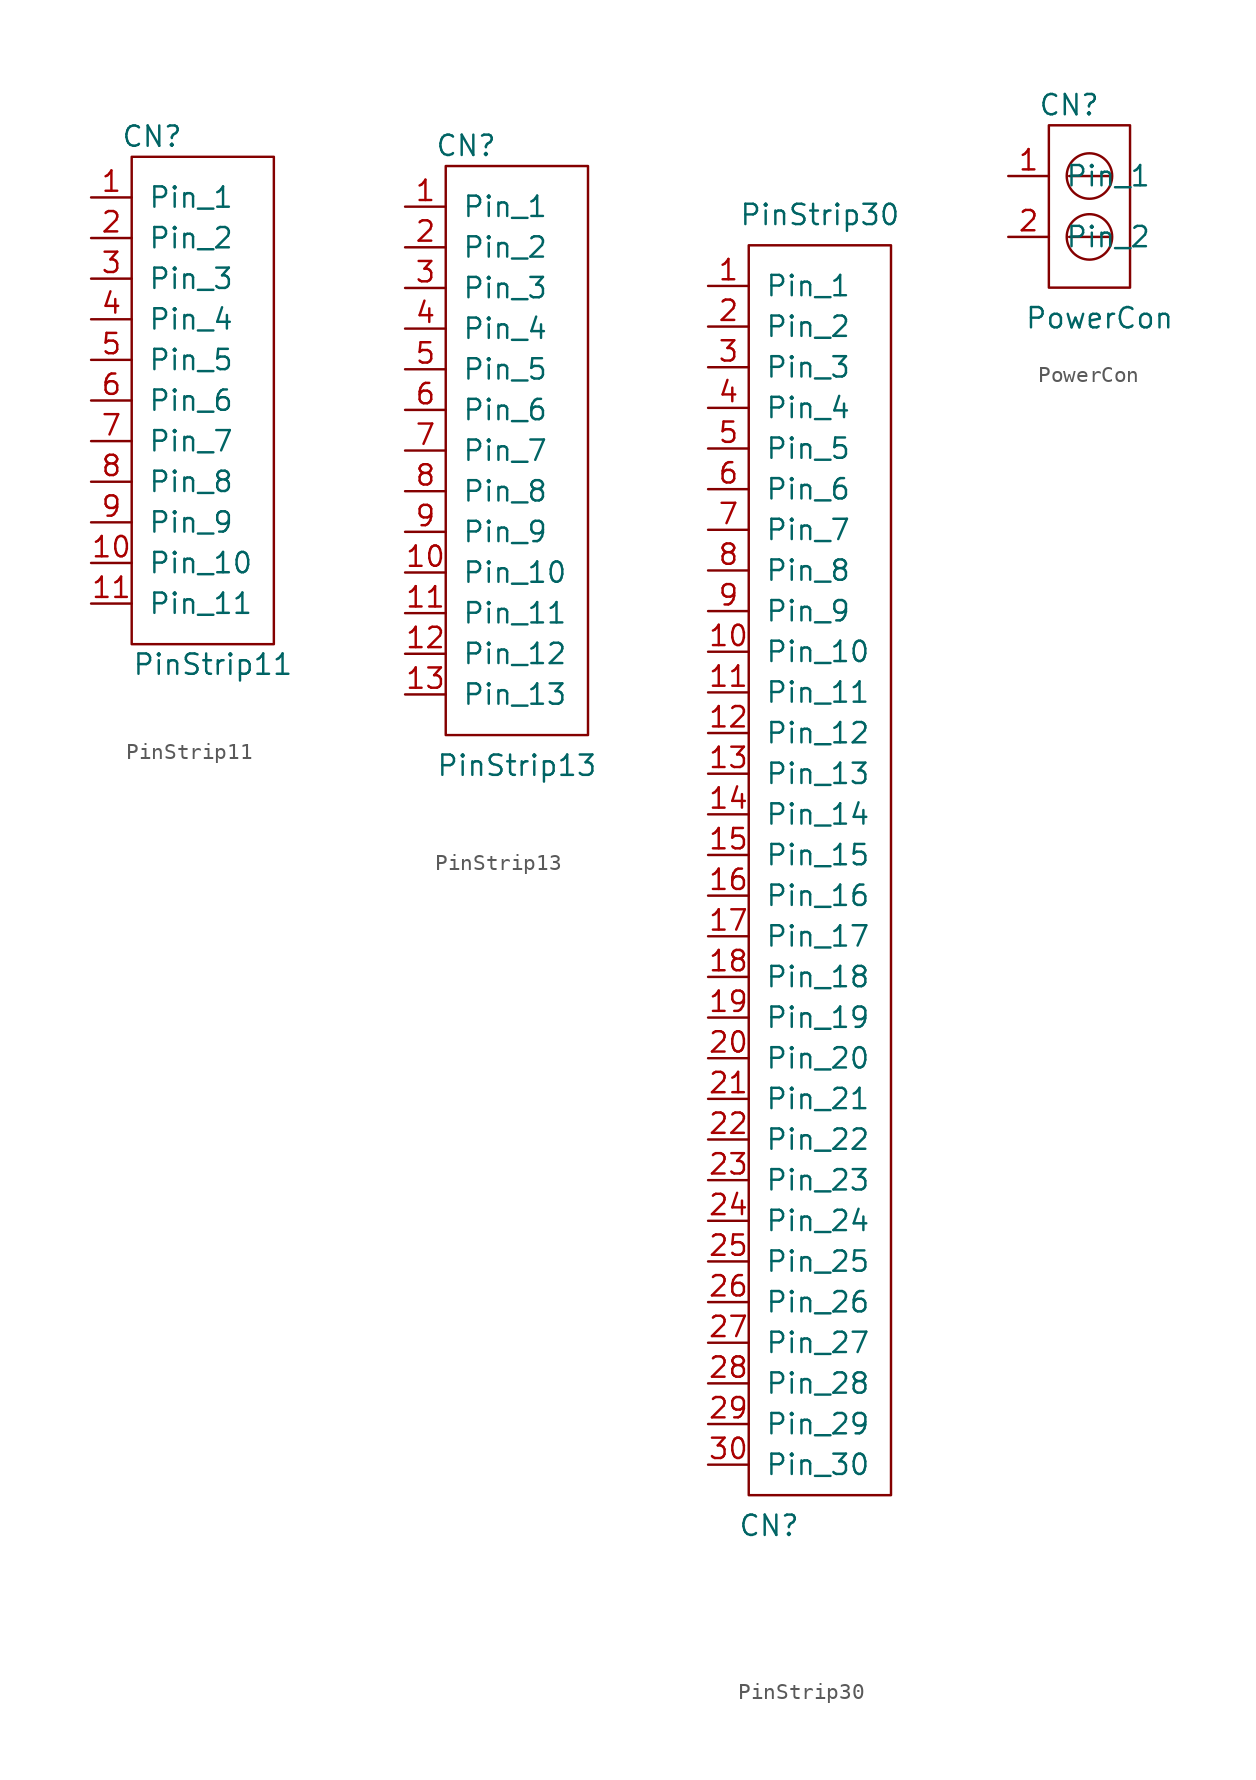
<source format=kicad_sym>
(kicad_symbol_lib
  (version 20211014)
  (generator kicad_symbol_editor)
  (symbol "PinStrip11"
    (pin_names
      (offset 1.016))
    (property "Reference" "CN"
      (at 0 16.51 0)
      (effects (font (size 1.27 1.27))))
    (property "Value" "PinStrip11"
      (at 3.81 -16.51 0)
      (effects (font (size 1.27 1.27))))
    (symbol "PinStrip11_0_1"
      (rectangle (start -1.27 15.24) (end 7.62 -15.24) (stroke (width 0) (type default) (color 0 0 0 0)) (fill (type none))))
    (symbol "PinStrip11_1_1"
      (pin bidirectional line (at -3.81 12.7 0) (length 2.54) (name "Pin_1" (effects (font (size 1.27 1.27)))) (number "1" (effects (font (size 1.27 1.27)))))
      (pin bidirectional line (at -3.81 -10.16 0) (length 2.54) (name "Pin_10" (effects (font (size 1.27 1.27)))) (number "10" (effects (font (size 1.27 1.27)))))
      (pin bidirectional line (at -3.81 -12.7 0) (length 2.54) (name "Pin_11" (effects (font (size 1.27 1.27)))) (number "11" (effects (font (size 1.27 1.27)))))
      (pin bidirectional line (at -3.81 10.16 0) (length 2.54) (name "Pin_2" (effects (font (size 1.27 1.27)))) (number "2" (effects (font (size 1.27 1.27)))))
      (pin bidirectional line (at -3.81 7.62 0) (length 2.54) (name "Pin_3" (effects (font (size 1.27 1.27)))) (number "3" (effects (font (size 1.27 1.27)))))
      (pin bidirectional line (at -3.81 5.08 0) (length 2.54) (name "Pin_4" (effects (font (size 1.27 1.27)))) (number "4" (effects (font (size 1.27 1.27)))))
      (pin bidirectional line (at -3.81 2.54 0) (length 2.54) (name "Pin_5" (effects (font (size 1.27 1.27)))) (number "5" (effects (font (size 1.27 1.27)))))
      (pin bidirectional line (at -3.81 0 0) (length 2.54) (name "Pin_6" (effects (font (size 1.27 1.27)))) (number "6" (effects (font (size 1.27 1.27)))))
      (pin bidirectional line (at -3.81 -2.54 0) (length 2.54) (name "Pin_7" (effects (font (size 1.27 1.27)))) (number "7" (effects (font (size 1.27 1.27)))))
      (pin bidirectional line (at -3.81 -5.08 0) (length 2.54) (name "Pin_8" (effects (font (size 1.27 1.27)))) (number "8" (effects (font (size 1.27 1.27)))))
      (pin bidirectional line (at -3.81 -7.62 0) (length 2.54) (name "Pin_9" (effects (font (size 1.27 1.27)))) (number "9" (effects (font (size 1.27 1.27)))))))
  (symbol "PinStrip13"
    (pin_names
      (offset 1.016))
    (property "Reference" "CN"
      (at -2.54 20.32 0)
      (effects (font (size 1.27 1.27))))
    (property "Value" "PinStrip13"
      (at 0.635 -18.415 0)
      (effects (font (size 1.27 1.27))))
    (symbol "PinStrip13_0_1"
      (rectangle (start -3.81 19.05) (end 5.08 -16.51) (stroke (width 0) (type default) (color 0 0 0 0)) (fill (type none))))
    (symbol "PinStrip13_1_1"
      (pin bidirectional line (at -6.35 16.51 0) (length 2.54) (name "Pin_1" (effects (font (size 1.27 1.27)))) (number "1" (effects (font (size 1.27 1.27)))))
      (pin bidirectional line (at -6.35 -6.35 0) (length 2.54) (name "Pin_10" (effects (font (size 1.27 1.27)))) (number "10" (effects (font (size 1.27 1.27)))))
      (pin bidirectional line (at -6.35 -8.89 0) (length 2.54) (name "Pin_11" (effects (font (size 1.27 1.27)))) (number "11" (effects (font (size 1.27 1.27)))))
      (pin bidirectional line (at -6.35 -11.43 0) (length 2.54) (name "Pin_12" (effects (font (size 1.27 1.27)))) (number "12" (effects (font (size 1.27 1.27)))))
      (pin bidirectional line (at -6.35 -13.97 0) (length 2.54) (name "Pin_13" (effects (font (size 1.27 1.27)))) (number "13" (effects (font (size 1.27 1.27)))))
      (pin bidirectional line (at -6.35 13.97 0) (length 2.54) (name "Pin_2" (effects (font (size 1.27 1.27)))) (number "2" (effects (font (size 1.27 1.27)))))
      (pin bidirectional line (at -6.35 11.43 0) (length 2.54) (name "Pin_3" (effects (font (size 1.27 1.27)))) (number "3" (effects (font (size 1.27 1.27)))))
      (pin bidirectional line (at -6.35 8.89 0) (length 2.54) (name "Pin_4" (effects (font (size 1.27 1.27)))) (number "4" (effects (font (size 1.27 1.27)))))
      (pin bidirectional line (at -6.35 6.35 0) (length 2.54) (name "Pin_5" (effects (font (size 1.27 1.27)))) (number "5" (effects (font (size 1.27 1.27)))))
      (pin bidirectional line (at -6.35 3.81 0) (length 2.54) (name "Pin_6" (effects (font (size 1.27 1.27)))) (number "6" (effects (font (size 1.27 1.27)))))
      (pin bidirectional line (at -6.35 1.27 0) (length 2.54) (name "Pin_7" (effects (font (size 1.27 1.27)))) (number "7" (effects (font (size 1.27 1.27)))))
      (pin bidirectional line (at -6.35 -1.27 0) (length 2.54) (name "Pin_8" (effects (font (size 1.27 1.27)))) (number "8" (effects (font (size 1.27 1.27)))))
      (pin bidirectional line (at -6.35 -3.81 0) (length 2.54) (name "Pin_9" (effects (font (size 1.27 1.27)))) (number "9" (effects (font (size 1.27 1.27)))))))
  (symbol "PinStrip30"
    (pin_names
      (offset 1.016))
    (property "Reference" "CN"
      (at -2.54 -60.96 0)
      (effects (font (size 1.27 1.27))))
    (property "Value" "PinStrip30"
      (at 0.635 20.955 0)
      (effects (font (size 1.27 1.27))))
    (symbol "PinStrip30_0_1"
      (rectangle (start -3.81 19.05) (end 5.08 -59.055) (stroke (width 0) (type default) (color 0 0 0 0)) (fill (type none))))
    (symbol "PinStrip30_1_1"
      (pin bidirectional line (at -6.35 16.51 0) (length 2.54) (name "Pin_1" (effects (font (size 1.27 1.27)))) (number "1" (effects (font (size 1.27 1.27)))))
      (pin bidirectional line (at -6.35 -6.35 0) (length 2.54) (name "Pin_10" (effects (font (size 1.27 1.27)))) (number "10" (effects (font (size 1.27 1.27)))))
      (pin bidirectional line (at -6.35 -8.89 0) (length 2.54) (name "Pin_11" (effects (font (size 1.27 1.27)))) (number "11" (effects (font (size 1.27 1.27)))))
      (pin bidirectional line (at -6.35 -11.43 0) (length 2.54) (name "Pin_12" (effects (font (size 1.27 1.27)))) (number "12" (effects (font (size 1.27 1.27)))))
      (pin bidirectional line (at -6.35 -13.97 0) (length 2.54) (name "Pin_13" (effects (font (size 1.27 1.27)))) (number "13" (effects (font (size 1.27 1.27)))))
      (pin bidirectional line (at -6.35 -16.51 0) (length 2.54) (name "Pin_14" (effects (font (size 1.27 1.27)))) (number "14" (effects (font (size 1.27 1.27)))))
      (pin bidirectional line (at -6.35 -19.05 0) (length 2.54) (name "Pin_15" (effects (font (size 1.27 1.27)))) (number "15" (effects (font (size 1.27 1.27)))))
      (pin bidirectional line (at -6.35 -21.59 0) (length 2.54) (name "Pin_16" (effects (font (size 1.27 1.27)))) (number "16" (effects (font (size 1.27 1.27)))))
      (pin bidirectional line (at -6.35 -24.13 0) (length 2.54) (name "Pin_17" (effects (font (size 1.27 1.27)))) (number "17" (effects (font (size 1.27 1.27)))))
      (pin bidirectional line (at -6.35 -26.67 0) (length 2.54) (name "Pin_18" (effects (font (size 1.27 1.27)))) (number "18" (effects (font (size 1.27 1.27)))))
      (pin bidirectional line (at -6.35 -29.21 0) (length 2.54) (name "Pin_19" (effects (font (size 1.27 1.27)))) (number "19" (effects (font (size 1.27 1.27)))))
      (pin bidirectional line (at -6.35 13.97 0) (length 2.54) (name "Pin_2" (effects (font (size 1.27 1.27)))) (number "2" (effects (font (size 1.27 1.27)))))
      (pin bidirectional line (at -6.35 -31.75 0) (length 2.54) (name "Pin_20" (effects (font (size 1.27 1.27)))) (number "20" (effects (font (size 1.27 1.27)))))
      (pin bidirectional line (at -6.35 -34.29 0) (length 2.54) (name "Pin_21" (effects (font (size 1.27 1.27)))) (number "21" (effects (font (size 1.27 1.27)))))
      (pin bidirectional line (at -6.35 -36.83 0) (length 2.54) (name "Pin_22" (effects (font (size 1.27 1.27)))) (number "22" (effects (font (size 1.27 1.27)))))
      (pin bidirectional line (at -6.35 -39.37 0) (length 2.54) (name "Pin_23" (effects (font (size 1.27 1.27)))) (number "23" (effects (font (size 1.27 1.27)))))
      (pin bidirectional line (at -6.35 -41.91 0) (length 2.54) (name "Pin_24" (effects (font (size 1.27 1.27)))) (number "24" (effects (font (size 1.27 1.27)))))
      (pin bidirectional line (at -6.35 -44.45 0) (length 2.54) (name "Pin_25" (effects (font (size 1.27 1.27)))) (number "25" (effects (font (size 1.27 1.27)))))
      (pin bidirectional line (at -6.35 -46.99 0) (length 2.54) (name "Pin_26" (effects (font (size 1.27 1.27)))) (number "26" (effects (font (size 1.27 1.27)))))
      (pin bidirectional line (at -6.35 -49.53 0) (length 2.54) (name "Pin_27" (effects (font (size 1.27 1.27)))) (number "27" (effects (font (size 1.27 1.27)))))
      (pin bidirectional line (at -6.35 -52.07 0) (length 2.54) (name "Pin_28" (effects (font (size 1.27 1.27)))) (number "28" (effects (font (size 1.27 1.27)))))
      (pin bidirectional line (at -6.35 -54.61 0) (length 2.54) (name "Pin_29" (effects (font (size 1.27 1.27)))) (number "29" (effects (font (size 1.27 1.27)))))
      (pin bidirectional line (at -6.35 11.43 0) (length 2.54) (name "Pin_3" (effects (font (size 1.27 1.27)))) (number "3" (effects (font (size 1.27 1.27)))))
      (pin bidirectional line (at -6.35 -57.15 0) (length 2.54) (name "Pin_30" (effects (font (size 1.27 1.27)))) (number "30" (effects (font (size 1.27 1.27)))))
      (pin bidirectional line (at -6.35 8.89 0) (length 2.54) (name "Pin_4" (effects (font (size 1.27 1.27)))) (number "4" (effects (font (size 1.27 1.27)))))
      (pin bidirectional line (at -6.35 6.35 0) (length 2.54) (name "Pin_5" (effects (font (size 1.27 1.27)))) (number "5" (effects (font (size 1.27 1.27)))))
      (pin bidirectional line (at -6.35 3.81 0) (length 2.54) (name "Pin_6" (effects (font (size 1.27 1.27)))) (number "6" (effects (font (size 1.27 1.27)))))
      (pin bidirectional line (at -6.35 1.27 0) (length 2.54) (name "Pin_7" (effects (font (size 1.27 1.27)))) (number "7" (effects (font (size 1.27 1.27)))))
      (pin bidirectional line (at -6.35 -1.27 0) (length 2.54) (name "Pin_8" (effects (font (size 1.27 1.27)))) (number "8" (effects (font (size 1.27 1.27)))))
      (pin bidirectional line (at -6.35 -3.81 0) (length 2.54) (name "Pin_9" (effects (font (size 1.27 1.27)))) (number "9" (effects (font (size 1.27 1.27)))))))
  (symbol "PowerCon"
    (pin_names
      (offset 1.016))
    (property "Reference" "CN"
      (at 0 17.78 0)
      (effects (font (size 1.27 1.27))))
    (property "Value" "PowerCon"
      (at 1.905 4.445 0)
      (effects (font (size 1.27 1.27))))
    (symbol "PowerCon_0_1"
      (rectangle (start -1.27 16.51) (end 3.81 6.35) (stroke (width 0) (type default) (color 0 0 0 0)) (fill (type none)))
      (polyline (pts (xy 0 9.525) (xy 2.54 9.525)) (stroke (width 0) (type default) (color 0 0 0 0)) (fill (type none)))
      (polyline (pts (xy 0 13.335) (xy 2.54 13.335)) (stroke (width 0) (type default) (color 0 0 0 0)) (fill (type none)))
      (circle (center 1.27 9.525) (radius 1.422) (stroke (width 0) (type default) (color 0 0 0 0)) (fill (type none)))
      (circle (center 1.27 13.335) (radius 1.422) (stroke (width 0) (type default) (color 0 0 0 0)) (fill (type none))))
    (symbol "PowerCon_1_1"
      (pin bidirectional line (at -3.81 13.335 0) (length 2.54) (name "Pin_1" (effects (font (size 1.27 1.27)))) (number "1" (effects (font (size 1.27 1.27)))))
      (pin bidirectional line (at -3.81 9.525 0) (length 2.54) (name "Pin_2" (effects (font (size 1.27 1.27)))) (number "2" (effects (font (size 1.27 1.27))))))))
</source>
